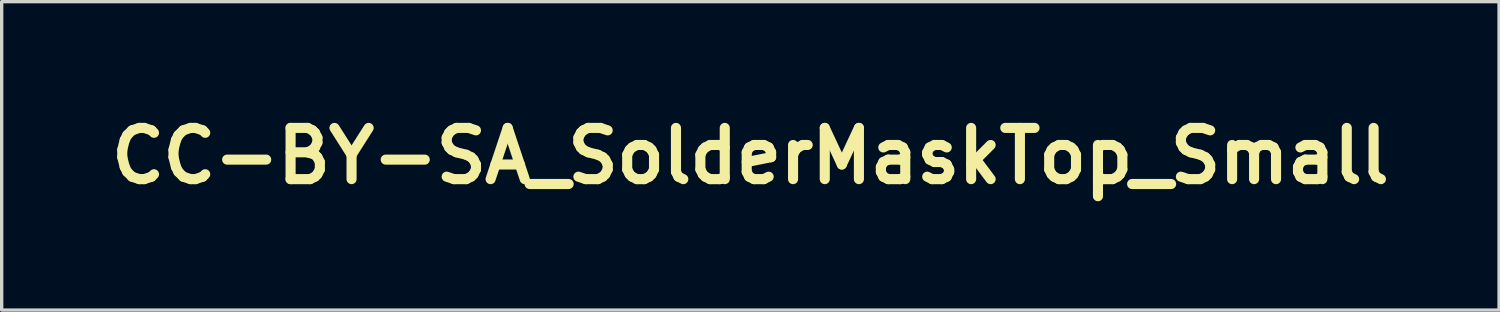
<source format=kicad_pcb>
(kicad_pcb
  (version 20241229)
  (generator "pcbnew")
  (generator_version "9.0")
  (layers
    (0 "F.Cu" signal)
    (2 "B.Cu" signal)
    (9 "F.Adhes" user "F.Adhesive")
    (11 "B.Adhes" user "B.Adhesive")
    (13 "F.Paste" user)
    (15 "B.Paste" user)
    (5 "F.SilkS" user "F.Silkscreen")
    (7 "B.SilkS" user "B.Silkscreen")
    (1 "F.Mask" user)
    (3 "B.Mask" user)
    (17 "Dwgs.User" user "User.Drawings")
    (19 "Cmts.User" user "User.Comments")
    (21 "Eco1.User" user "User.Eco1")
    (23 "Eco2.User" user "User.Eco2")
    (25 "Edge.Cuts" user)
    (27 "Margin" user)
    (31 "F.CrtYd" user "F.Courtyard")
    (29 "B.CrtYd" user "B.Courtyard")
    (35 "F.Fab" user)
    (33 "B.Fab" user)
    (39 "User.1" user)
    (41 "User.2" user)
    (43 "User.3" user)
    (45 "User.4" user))
  (footprint "CC-BY-SA_SolderMaskTop_Small"
    (layer "F.Cu")
    (at 19.275 1.59)
    (property "Reference" "CC-BY-SA_SolderMaskTop_Small" (at 0 0 0) (layer "F.SilkS") (effects (font (size 1.524 1.524) (thickness 0.3))))
    (attr through_hole)
    (fp_poly (pts (xy 0.363 -0.492) (xy 0.382 -0.48) (xy 0.399 -0.463) (xy 0.412 -0.444) (xy 0.413 -0.443) (xy 0.42 -0.429) (xy 0.421 -0.094) (xy 0.422 0.242) (xy 0.242 0.242) (xy 0.242 1.008) (xy -0.245 1.008) (xy -0.245 0.242) (xy -0.425 0.242) (xy -0.424 -0.094) (xy -0.423 -0.429) (xy -0.416 -0.444) (xy -0.404 -0.462) (xy -0.388 -0.478) (xy -0.369 -0.491) (xy -0.366 -0.493) (xy -0.349 -0.501) (xy 0.346 -0.501) (xy 0.363 -0.492)) (stroke (width 0.01) (type solid)) (fill yes) (layer "F.Mask"))
    (fp_poly (pts (xy 0.018 -1.028) (xy 0.051 -1.024) (xy 0.083 -1.017) (xy 0.111 -1.007) (xy 0.132 -0.996) (xy 0.152 -0.981) (xy 0.17 -0.963) (xy 0.184 -0.943) (xy 0.187 -0.939) (xy 0.198 -0.916) (xy 0.207 -0.888) (xy 0.213 -0.857) (xy 0.216 -0.825) (xy 0.216 -0.793) (xy 0.216 -0.789) (xy 0.211 -0.749) (xy 0.202 -0.714) (xy 0.189 -0.683) (xy 0.172 -0.657) (xy 0.15 -0.635) (xy 0.124 -0.618) (xy 0.094 -0.604) (xy 0.059 -0.595) (xy 0.042 -0.592) (xy 0.013 -0.59) (xy -0.019 -0.59) (xy -0.048 -0.592) (xy -0.048 -0.592) (xy -0.085 -0.6) (xy -0.117 -0.612) (xy -0.145 -0.628) (xy -0.168 -0.649) (xy -0.187 -0.674) (xy -0.202 -0.703) (xy -0.212 -0.737) (xy -0.217 -0.764) (xy -0.219 -0.797) (xy -0.219 -0.83) (xy -0.215 -0.863) (xy -0.208 -0.894) (xy -0.199 -0.922) (xy -0.188 -0.942) (xy -0.176 -0.959) (xy -0.16 -0.976) (xy -0.143 -0.99) (xy -0.135 -0.996) (xy -0.11 -1.009) (xy -0.081 -1.018) (xy -0.05 -1.025) (xy -0.016 -1.028) (xy 0.018 -1.028)) (stroke (width 0.01) (type solid)) (fill yes) (layer "F.Mask"))
    (fp_poly (pts (xy -3.723 -0.497) (xy -3.696 -0.495) (xy -3.672 -0.493) (xy -3.656 -0.49) (xy -3.604 -0.479) (xy -3.557 -0.463) (xy -3.513 -0.442) (xy -3.481 -0.423) (xy -3.449 -0.398) (xy -3.417 -0.369) (xy -3.388 -0.337) (xy -3.363 -0.304) (xy -3.354 -0.288) (xy -3.345 -0.273) (xy -3.396 -0.247) (xy -3.417 -0.236) (xy -3.44 -0.224) (xy -3.465 -0.211) (xy -3.488 -0.199) (xy -3.499 -0.193) (xy -3.552 -0.166) (xy -3.564 -0.187) (xy -3.577 -0.207) (xy -3.594 -0.227) (xy -3.613 -0.245) (xy -3.632 -0.26) (xy -3.645 -0.267) (xy -3.664 -0.277) (xy -3.68 -0.283) (xy -3.695 -0.287) (xy -3.711 -0.289) (xy -3.73 -0.29) (xy -3.736 -0.29) (xy -3.773 -0.287) (xy -3.806 -0.279) (xy -3.836 -0.266) (xy -3.862 -0.247) (xy -3.884 -0.224) (xy -3.903 -0.196) (xy -3.918 -0.164) (xy -3.929 -0.126) (xy -3.936 -0.083) (xy -3.938 -0.072) (xy -3.941 -0.021) (xy -3.939 0.027) (xy -3.934 0.072) (xy -3.924 0.114) (xy -3.91 0.152) (xy -3.892 0.186) (xy -3.875 0.208) (xy -3.86 0.223) (xy -3.84 0.238) (xy -3.818 0.25) (xy -3.797 0.259) (xy -3.786 0.263) (xy -3.776 0.265) (xy -3.766 0.267) (xy -3.754 0.268) (xy -3.738 0.268) (xy -3.73 0.268) (xy -3.704 0.267) (xy -3.683 0.265) (xy -3.664 0.261) (xy -3.646 0.255) (xy -3.631 0.248) (xy -3.603 0.231) (xy -3.579 0.208) (xy -3.557 0.181) (xy -3.543 0.157) (xy -3.538 0.147) (xy -3.535 0.14) (xy -3.533 0.137) (xy -3.53 0.138) (xy -3.523 0.142) (xy -3.511 0.147) (xy -3.496 0.154) (xy -3.479 0.163) (xy -3.46 0.172) (xy -3.441 0.182) (xy -3.421 0.192) (xy -3.403 0.201) (xy -3.385 0.21) (xy -3.37 0.218) (xy -3.359 0.224) (xy -3.351 0.228) (xy -3.348 0.23) (xy -3.346 0.232) (xy -3.345 0.235) (xy -3.347 0.24) (xy -3.351 0.247) (xy -3.358 0.258) (xy -3.364 0.267) (xy -3.388 0.301) (xy -3.413 0.331) (xy -3.44 0.358) (xy -3.47 0.382) (xy -3.49 0.397) (xy -3.523 0.417) (xy -3.56 0.435) (xy -3.599 0.451) (xy -3.638 0.463) (xy -3.666 0.47) (xy -3.682 0.472) (xy -3.703 0.474) (xy -3.726 0.475) (xy -3.75 0.476) (xy -3.774 0.476) (xy -3.796 0.476) (xy -3.814 0.475) (xy -3.819 0.475) (xy -3.873 0.466) (xy -3.924 0.451) (xy -3.972 0.432) (xy -4.016 0.408) (xy -4.057 0.38) (xy -4.093 0.347) (xy -4.126 0.31) (xy -4.154 0.269) (xy -4.177 0.224) (xy -4.193 0.183) (xy -4.207 0.132) (xy -4.216 0.079) (xy -4.221 0.024) (xy -4.221 -0.032) (xy -4.217 -0.088) (xy -4.209 -0.141) (xy -4.195 -0.192) (xy -4.193 -0.198) (xy -4.175 -0.244) (xy -4.153 -0.286) (xy -4.126 -0.325) (xy -4.095 -0.362) (xy -4.057 -0.398) (xy -4.015 -0.428) (xy -3.971 -0.453) (xy -3.923 -0.473) (xy -3.872 -0.488) (xy -3.849 -0.492) (xy -3.83 -0.495) (xy -3.807 -0.497) (xy -3.78 -0.497) (xy -3.752 -0.498) (xy -3.723 -0.497)) (stroke (width 0.01) (type solid)) (fill yes) (layer "F.Mask"))
    (fp_poly (pts (xy -2.799 -0.497) (xy -2.77 -0.494) (xy -2.745 -0.491) (xy -2.744 -0.49) (xy -2.691 -0.478) (xy -2.642 -0.462) (xy -2.598 -0.44) (xy -2.557 -0.414) (xy -2.52 -0.383) (xy -2.486 -0.347) (xy -2.457 -0.308) (xy -2.449 -0.296) (xy -2.443 -0.286) (xy -2.44 -0.279) (xy -2.439 -0.277) (xy -2.441 -0.274) (xy -2.447 -0.27) (xy -2.457 -0.264) (xy -2.472 -0.255) (xy -2.492 -0.244) (xy -2.517 -0.231) (xy -2.539 -0.219) (xy -2.64 -0.165) (xy -2.648 -0.18) (xy -2.668 -0.21) (xy -2.69 -0.236) (xy -2.716 -0.257) (xy -2.747 -0.274) (xy -2.772 -0.284) (xy -2.782 -0.287) (xy -2.794 -0.289) (xy -2.808 -0.29) (xy -2.825 -0.29) (xy -2.86 -0.287) (xy -2.891 -0.281) (xy -2.918 -0.27) (xy -2.943 -0.255) (xy -2.961 -0.239) (xy -2.981 -0.216) (xy -2.997 -0.191) (xy -3.01 -0.162) (xy -3.019 -0.13) (xy -3.026 -0.093) (xy -3.029 -0.052) (xy -3.03 -0.014) (xy -3.029 0.033) (xy -3.024 0.074) (xy -3.016 0.112) (xy -3.004 0.145) (xy -2.989 0.175) (xy -2.97 0.202) (xy -2.959 0.214) (xy -2.936 0.234) (xy -2.909 0.25) (xy -2.88 0.261) (xy -2.849 0.268) (xy -2.817 0.27) (xy -2.785 0.267) (xy -2.754 0.26) (xy -2.725 0.249) (xy -2.698 0.233) (xy -2.676 0.214) (xy -2.667 0.204) (xy -2.657 0.192) (xy -2.647 0.179) (xy -2.639 0.166) (xy -2.632 0.154) (xy -2.627 0.145) (xy -2.626 0.14) (xy -2.624 0.137) (xy -2.623 0.136) (xy -2.62 0.138) (xy -2.612 0.141) (xy -2.6 0.147) (xy -2.585 0.155) (xy -2.567 0.163) (xy -2.548 0.172) (xy -2.528 0.182) (xy -2.508 0.192) (xy -2.489 0.202) (xy -2.471 0.211) (xy -2.456 0.218) (xy -2.443 0.225) (xy -2.435 0.229) (xy -2.431 0.231) (xy -2.431 0.231) (xy -2.432 0.234) (xy -2.436 0.242) (xy -2.442 0.252) (xy -2.45 0.264) (xy -2.459 0.276) (xy -2.468 0.289) (xy -2.477 0.3) (xy -2.479 0.303) (xy -2.514 0.342) (xy -2.554 0.377) (xy -2.597 0.407) (xy -2.643 0.432) (xy -2.692 0.452) (xy -2.742 0.467) (xy -2.786 0.474) (xy -2.808 0.476) (xy -2.833 0.477) (xy -2.86 0.477) (xy -2.887 0.476) (xy -2.908 0.474) (xy -2.963 0.466) (xy -3.014 0.452) (xy -3.061 0.433) (xy -3.106 0.408) (xy -3.147 0.378) (xy -3.18 0.349) (xy -3.212 0.312) (xy -3.24 0.273) (xy -3.263 0.23) (xy -3.281 0.183) (xy -3.295 0.132) (xy -3.304 0.081) (xy -3.306 0.06) (xy -3.307 0.035) (xy -3.308 0.008) (xy -3.308 -0.021) (xy -3.307 -0.049) (xy -3.306 -0.075) (xy -3.304 -0.096) (xy -3.304 -0.1) (xy -3.294 -0.155) (xy -3.279 -0.206) (xy -3.258 -0.254) (xy -3.233 -0.299) (xy -3.203 -0.34) (xy -3.169 -0.377) (xy -3.136 -0.404) (xy -3.1 -0.43) (xy -3.063 -0.451) (xy -3.025 -0.468) (xy -2.983 -0.481) (xy -2.945 -0.491) (xy -2.921 -0.494) (xy -2.893 -0.496) (xy -2.863 -0.498) (xy -2.831 -0.498) (xy -2.799 -0.497)) (stroke (width 0.01) (type solid)) (fill yes) (layer "F.Mask"))
    (fp_poly (pts (xy 3.373 -0.826) (xy 3.446 -0.821) (xy 3.516 -0.809) (xy 3.583 -0.793) (xy 3.647 -0.771) (xy 3.707 -0.744) (xy 3.765 -0.712) (xy 3.819 -0.674) (xy 3.869 -0.632) (xy 3.917 -0.584) (xy 3.946 -0.55) (xy 3.988 -0.493) (xy 4.024 -0.433) (xy 4.056 -0.369) (xy 4.082 -0.303) (xy 4.102 -0.233) (xy 4.118 -0.161) (xy 4.128 -0.086) (xy 4.132 -0.008) (xy 4.132 0.056) (xy 4.127 0.132) (xy 4.117 0.205) (xy 4.102 0.275) (xy 4.082 0.341) (xy 4.056 0.405) (xy 4.025 0.466) (xy 3.995 0.515) (xy 3.953 0.573) (xy 3.907 0.627) (xy 3.858 0.675) (xy 3.806 0.718) (xy 3.75 0.756) (xy 3.691 0.788) (xy 3.628 0.815) (xy 3.563 0.837) (xy 3.494 0.854) (xy 3.435 0.864) (xy 3.418 0.865) (xy 3.396 0.867) (xy 3.371 0.868) (xy 3.344 0.869) (xy 3.317 0.87) (xy 3.291 0.87) (xy 3.268 0.87) (xy 3.248 0.869) (xy 3.239 0.868) (xy 3.171 0.859) (xy 3.107 0.844) (xy 3.047 0.824) (xy 2.989 0.799) (xy 2.933 0.768) (xy 2.916 0.757) (xy 2.864 0.72) (xy 2.817 0.678) (xy 2.774 0.633) (xy 2.737 0.584) (xy 2.704 0.531) (xy 2.676 0.474) (xy 2.653 0.414) (xy 2.635 0.349) (xy 2.625 0.299) (xy 2.622 0.286) (xy 2.62 0.274) (xy 2.619 0.266) (xy 2.618 0.264) (xy 2.617 0.257) (xy 3.014 0.257) (xy 3.014 0.272) (xy 3.015 0.286) (xy 3.018 0.304) (xy 3.022 0.324) (xy 3.027 0.345) (xy 3.033 0.364) (xy 3.036 0.372) (xy 3.052 0.407) (xy 3.074 0.438) (xy 3.1 0.465) (xy 3.131 0.488) (xy 3.166 0.508) (xy 3.196 0.52) (xy 3.217 0.526) (xy 3.237 0.532) (xy 3.257 0.536) (xy 3.277 0.538) (xy 3.301 0.54) (xy 3.328 0.541) (xy 3.353 0.541) (xy 3.381 0.541) (xy 3.404 0.54) (xy 3.423 0.538) (xy 3.439 0.536) (xy 3.455 0.532) (xy 3.47 0.527) (xy 3.487 0.519) (xy 3.501 0.513) (xy 3.537 0.492) (xy 3.572 0.465) (xy 3.603 0.434) (xy 3.632 0.397) (xy 3.657 0.357) (xy 3.679 0.312) (xy 3.697 0.263) (xy 3.712 0.211) (xy 3.713 0.207) (xy 3.723 0.151) (xy 3.729 0.091) (xy 3.732 0.028) (xy 3.732 -0.034) (xy 3.727 -0.096) (xy 3.719 -0.156) (xy 3.708 -0.211) (xy 3.693 -0.262) (xy 3.674 -0.309) (xy 3.652 -0.35) (xy 3.626 -0.387) (xy 3.596 -0.419) (xy 3.563 -0.445) (xy 3.527 -0.467) (xy 3.487 -0.483) (xy 3.465 -0.49) (xy 3.432 -0.496) (xy 3.395 -0.5) (xy 3.356 -0.5) (xy 3.316 -0.498) (xy 3.277 -0.493) (xy 3.24 -0.486) (xy 3.212 -0.478) (xy 3.172 -0.461) (xy 3.136 -0.441) (xy 3.105 -0.416) (xy 3.078 -0.387) (xy 3.056 -0.354) (xy 3.039 -0.318) (xy 3.033 -0.303) (xy 3.027 -0.285) (xy 3.022 -0.267) (xy 3.018 -0.249) (xy 3.015 -0.235) (xy 3.014 -0.225) (xy 3.014 -0.217) (xy 3.122 -0.215) (xy 2.817 0.09) (xy 2.663 -0.064) (xy 2.51 -0.217) (xy 2.628 -0.217) (xy 2.632 -0.241) (xy 2.634 -0.253) (xy 2.638 -0.269) (xy 2.642 -0.287) (xy 2.646 -0.306) (xy 2.648 -0.312) (xy 2.667 -0.377) (xy 2.691 -0.438) (xy 2.72 -0.495) (xy 2.754 -0.548) (xy 2.791 -0.598) (xy 2.834 -0.643) (xy 2.88 -0.683) (xy 2.931 -0.719) (xy 2.961 -0.738) (xy 3.013 -0.764) (xy 3.066 -0.786) (xy 3.12 -0.803) (xy 3.177 -0.815) (xy 3.237 -0.823) (xy 3.297 -0.827) (xy 3.373 -0.826)) (stroke (width 0.01) (type solid)) (fill yes) (layer "F.Mask"))
    (fp_poly (pts (xy 0.054 -1.584) (xy 0.094 -1.583) (xy 0.127 -1.581) (xy 0.227 -1.571) (xy 0.325 -1.555) (xy 0.42 -1.533) (xy 0.512 -1.506) (xy 0.601 -1.474) (xy 0.688 -1.436) (xy 0.772 -1.392) (xy 0.853 -1.343) (xy 0.932 -1.288) (xy 1.009 -1.227) (xy 1.036 -1.204) (xy 1.057 -1.185) (xy 1.08 -1.162) (xy 1.106 -1.137) (xy 1.131 -1.111) (xy 1.157 -1.085) (xy 1.18 -1.06) (xy 1.201 -1.037) (xy 1.215 -1.02) (xy 1.276 -0.943) (xy 1.331 -0.863) (xy 1.38 -0.782) (xy 1.424 -0.698) (xy 1.462 -0.612) (xy 1.494 -0.523) (xy 1.521 -0.431) (xy 1.543 -0.337) (xy 1.558 -0.24) (xy 1.569 -0.14) (xy 1.569 -0.14) (xy 1.57 -0.12) (xy 1.571 -0.095) (xy 1.572 -0.067) (xy 1.572 -0.036) (xy 1.572 -0.005) (xy 1.572 0.027) (xy 1.571 0.057) (xy 1.571 0.084) (xy 1.57 0.107) (xy 1.569 0.12) (xy 1.558 0.22) (xy 1.543 0.317) (xy 1.522 0.411) (xy 1.495 0.502) (xy 1.463 0.59) (xy 1.426 0.675) (xy 1.383 0.758) (xy 1.334 0.837) (xy 1.28 0.914) (xy 1.221 0.989) (xy 1.156 1.061) (xy 1.135 1.082) (xy 1.06 1.153) (xy 0.982 1.219) (xy 0.902 1.279) (xy 0.821 1.334) (xy 0.737 1.382) (xy 0.651 1.425) (xy 0.579 1.456) (xy 0.494 1.486) (xy 0.408 1.512) (xy 0.322 1.532) (xy 0.234 1.547) (xy 0.144 1.557) (xy 0.051 1.563) (xy -0.045 1.563) (xy -0.067 1.562) (xy -0.164 1.556) (xy -0.26 1.544) (xy -0.354 1.526) (xy -0.446 1.503) (xy -0.536 1.473) (xy -0.624 1.437) (xy -0.71 1.396) (xy -0.794 1.349) (xy -0.876 1.296) (xy -0.955 1.238) (xy -1.032 1.174) (xy -1.107 1.104) (xy -1.109 1.102) (xy -1.179 1.029) (xy -1.243 0.953) (xy -1.302 0.875) (xy -1.355 0.794) (xy -1.403 0.712) (xy -1.444 0.626) (xy -1.48 0.539) (xy -1.511 0.449) (xy -1.535 0.356) (xy -1.554 0.261) (xy -1.567 0.169) (xy -1.571 0.123) (xy -1.574 0.072) (xy -1.575 0.018) (xy -1.575 0.009) (xy -1.295 0.009) (xy -1.291 0.094) (xy -1.282 0.178) (xy -1.267 0.262) (xy -1.247 0.343) (xy -1.221 0.423) (xy -1.19 0.5) (xy -1.186 0.509) (xy -1.149 0.583) (xy -1.107 0.655) (xy -1.059 0.725) (xy -1.007 0.793) (xy -0.95 0.858) (xy -0.889 0.919) (xy -0.826 0.977) (xy -0.759 1.03) (xy -0.689 1.079) (xy -0.618 1.123) (xy -0.545 1.161) (xy -0.53 1.168) (xy -0.451 1.2) (xy -0.369 1.228) (xy -0.284 1.25) (xy -0.198 1.266) (xy -0.109 1.276) (xy -0.09 1.277) (xy -0.068 1.278) (xy -0.041 1.279) (xy -0.012 1.279) (xy 0.02 1.279) (xy 0.052 1.278) (xy 0.083 1.277) (xy 0.111 1.275) (xy 0.135 1.273) (xy 0.143 1.273) (xy 0.23 1.26) (xy 0.316 1.243) (xy 0.398 1.219) (xy 0.479 1.19) (xy 0.557 1.155) (xy 0.634 1.114) (xy 0.708 1.068) (xy 0.781 1.015) (xy 0.817 0.987) (xy 0.887 0.926) (xy 0.951 0.864) (xy 1.009 0.799) (xy 1.062 0.732) (xy 1.109 0.662) (xy 1.151 0.59) (xy 1.187 0.516) (xy 1.218 0.439) (xy 1.222 0.426) (xy 1.245 0.352) (xy 1.264 0.273) (xy 1.278 0.193) (xy 1.287 0.11) (xy 1.291 0.027) (xy 1.291 -0.057) (xy 1.286 -0.14) (xy 1.276 -0.222) (xy 1.262 -0.302) (xy 1.253 -0.341) (xy 1.229 -0.424) (xy 1.199 -0.504) (xy 1.165 -0.582) (xy 1.124 -0.657) (xy 1.078 -0.73) (xy 1.027 -0.8) (xy 0.969 -0.868) (xy 0.907 -0.934) (xy 0.843 -0.993) (xy 0.779 -1.047) (xy 0.712 -1.095) (xy 0.644 -1.137) (xy 0.573 -1.176) (xy 0.499 -1.209) (xy 0.454 -1.227) (xy 0.382 -1.251) (xy 0.306 -1.271) (xy 0.227 -1.286) (xy 0.147 -1.297) (xy 0.064 -1.303) (xy -0.019 -1.304) (xy -0.101 -1.301) (xy -0.183 -1.292) (xy -0.251 -1.282) (xy -0.336 -1.263) (xy -0.419 -1.239) (xy -0.499 -1.209) (xy -0.576 -1.173) (xy -0.651 -1.131) (xy -0.724 -1.084) (xy -0.739 -1.074) (xy -0.804 -1.023) (xy -0.868 -0.967) (xy -0.928 -0.908) (xy -0.985 -0.844) (xy -1.038 -0.777) (xy -1.087 -0.708) (xy -1.131 -0.637) (xy -1.17 -0.565) (xy -1.203 -0.492) (xy -1.204 -0.488) (xy -1.233 -0.409) (xy -1.256 -0.328) (xy -1.274 -0.245) (xy -1.287 -0.161) (xy -1.294 -0.076) (xy -1.295 0.009) (xy -1.575 0.009) (xy -1.575 -0.037) (xy -1.574 -0.092) (xy -1.571 -0.146) (xy -1.566 -0.197) (xy -1.561 -0.242) (xy -1.544 -0.339) (xy -1.521 -0.433) (xy -1.493 -0.525) (xy -1.459 -0.615) (xy -1.42 -0.702) (xy -1.374 -0.787) (xy -1.323 -0.87) (xy -1.266 -0.951) (xy -1.204 -1.03) (xy -1.193 -1.042) (xy -1.125 -1.116) (xy -1.054 -1.185) (xy -0.98 -1.249) (xy -0.903 -1.307) (xy -0.823 -1.36) (xy -0.741 -1.408) (xy -0.656 -1.45) (xy -0.568 -1.487) (xy -0.478 -1.517) (xy -0.386 -1.543) (xy -0.292 -1.562) (xy -0.202 -1.575) (xy -0.165 -1.578) (xy -0.123 -1.581) (xy -0.079 -1.583) (xy -0.034 -1.584) (xy 0.011 -1.585) (xy 0.054 -1.584)) (stroke (width 0.01) (type solid)) (fill yes) (layer "F.Mask"))
    (fp_poly (pts (xy -3.272 -1.584) (xy -3.243 -1.583) (xy -3.218 -1.582) (xy -3.205 -1.582) (xy -3.105 -1.572) (xy -3.008 -1.556) (xy -2.914 -1.535) (xy -2.822 -1.509) (xy -2.733 -1.477) (xy -2.646 -1.439) (xy -2.562 -1.395) (xy -2.48 -1.346) (xy -2.462 -1.335) (xy -2.419 -1.305) (xy -2.379 -1.276) (xy -2.341 -1.247) (xy -2.304 -1.216) (xy -2.266 -1.182) (xy -2.227 -1.145) (xy -2.206 -1.124) (xy -2.17 -1.087) (xy -2.138 -1.053) (xy -2.109 -1.021) (xy -2.082 -0.988) (xy -2.057 -0.954) (xy -2.036 -0.926) (xy -1.982 -0.845) (xy -1.934 -0.762) (xy -1.891 -0.675) (xy -1.854 -0.586) (xy -1.823 -0.495) (xy -1.797 -0.4) (xy -1.776 -0.304) (xy -1.762 -0.205) (xy -1.755 -0.136) (xy -1.754 -0.116) (xy -1.753 -0.091) (xy -1.752 -0.063) (xy -1.752 -0.032) (xy -1.752 -0.001) (xy -1.752 0.03) (xy -1.753 0.059) (xy -1.753 0.086) (xy -1.754 0.108) (xy -1.755 0.116) (xy -1.766 0.217) (xy -1.782 0.316) (xy -1.804 0.411) (xy -1.831 0.504) (xy -1.864 0.594) (xy -1.903 0.681) (xy -1.947 0.766) (xy -1.971 0.807) (xy -2.015 0.876) (xy -2.066 0.943) (xy -2.121 1.01) (xy -2.181 1.074) (xy -2.245 1.136) (xy -2.312 1.195) (xy -2.379 1.247) (xy -2.457 1.302) (xy -2.539 1.352) (xy -2.625 1.398) (xy -2.713 1.438) (xy -2.803 1.473) (xy -2.895 1.503) (xy -2.982 1.525) (xy -3.072 1.543) (xy -3.164 1.555) (xy -3.257 1.562) (xy -3.353 1.563) (xy -3.389 1.562) (xy -3.485 1.556) (xy -3.579 1.544) (xy -3.672 1.526) (xy -3.764 1.502) (xy -3.855 1.472) (xy -3.945 1.435) (xy -4.011 1.405) (xy -4.097 1.359) (xy -4.179 1.309) (xy -4.259 1.253) (xy -4.334 1.193) (xy -4.406 1.129) (xy -4.474 1.061) (xy -4.538 0.989) (xy -4.597 0.913) (xy -4.651 0.835) (xy -4.701 0.753) (xy -4.745 0.669) (xy -4.785 0.582) (xy -4.818 0.493) (xy -4.844 0.407) (xy -4.862 0.336) (xy -4.876 0.267) (xy -4.887 0.197) (xy -4.894 0.126) (xy -4.898 0.053) (xy -4.899 -0.012) (xy -4.898 -0.054) (xy -4.618 -0.054) (xy -4.618 0.033) (xy -4.612 0.121) (xy -4.609 0.15) (xy -4.595 0.235) (xy -4.575 0.319) (xy -4.549 0.402) (xy -4.517 0.483) (xy -4.48 0.561) (xy -4.438 0.638) (xy -4.39 0.711) (xy -4.337 0.782) (xy -4.28 0.849) (xy -4.269 0.861) (xy -4.209 0.921) (xy -4.148 0.976) (xy -4.086 1.026) (xy -4.02 1.071) (xy -3.951 1.112) (xy -3.878 1.15) (xy -3.878 1.15) (xy -3.797 1.186) (xy -3.716 1.216) (xy -3.634 1.24) (xy -3.55 1.257) (xy -3.465 1.27) (xy -3.377 1.276) (xy -3.332 1.277) (xy -3.31 1.277) (xy -3.286 1.277) (xy -3.263 1.276) (xy -3.242 1.275) (xy -3.234 1.274) (xy -3.145 1.265) (xy -3.057 1.249) (xy -2.97 1.227) (xy -2.886 1.2) (xy -2.804 1.167) (xy -2.724 1.129) (xy -2.647 1.086) (xy -2.573 1.037) (xy -2.501 0.984) (xy -2.434 0.926) (xy -2.37 0.863) (xy -2.31 0.795) (xy -2.259 0.731) (xy -2.215 0.666) (xy -2.176 0.598) (xy -2.141 0.525) (xy -2.11 0.45) (xy -2.084 0.372) (xy -2.064 0.293) (xy -2.062 0.285) (xy -2.049 0.214) (xy -2.04 0.139) (xy -2.034 0.063) (xy -2.032 -0.014) (xy -2.034 -0.09) (xy -2.04 -0.164) (xy -2.05 -0.235) (xy -2.051 -0.242) (xy -2.07 -0.33) (xy -2.094 -0.416) (xy -2.124 -0.499) (xy -2.16 -0.579) (xy -2.201 -0.657) (xy -2.247 -0.731) (xy -2.299 -0.802) (xy -2.356 -0.871) (xy -2.418 -0.936) (xy -2.486 -0.998) (xy -2.516 -1.023) (xy -2.587 -1.077) (xy -2.661 -1.125) (xy -2.736 -1.168) (xy -2.814 -1.204) (xy -2.895 -1.235) (xy -2.977 -1.26) (xy -3.062 -1.28) (xy -3.099 -1.286) (xy -3.18 -1.297) (xy -3.264 -1.303) (xy -3.348 -1.304) (xy -3.433 -1.3) (xy -3.515 -1.292) (xy -3.557 -1.285) (xy -3.643 -1.268) (xy -3.726 -1.244) (xy -3.807 -1.216) (xy -3.885 -1.181) (xy -3.96 -1.141) (xy -4.033 -1.095) (xy -4.103 -1.044) (xy -4.111 -1.037) (xy -4.164 -0.992) (xy -4.217 -0.943) (xy -4.268 -0.89) (xy -4.316 -0.835) (xy -4.354 -0.788) (xy -4.406 -0.713) (xy -4.453 -0.637) (xy -4.494 -0.558) (xy -4.529 -0.478) (xy -4.559 -0.395) (xy -4.583 -0.312) (xy -4.601 -0.227) (xy -4.613 -0.141) (xy -4.618 -0.054) (xy -4.898 -0.054) (xy -4.897 -0.096) (xy -4.891 -0.177) (xy -4.882 -0.255) (xy -4.867 -0.331) (xy -4.849 -0.408) (xy -4.825 -0.487) (xy -4.818 -0.508) (xy -4.787 -0.595) (xy -4.751 -0.678) (xy -4.71 -0.759) (xy -4.664 -0.837) (xy -4.613 -0.914) (xy -4.556 -0.989) (xy -4.518 -1.036) (xy -4.501 -1.056) (xy -4.479 -1.079) (xy -4.455 -1.104) (xy -4.429 -1.13) (xy -4.402 -1.157) (xy -4.376 -1.182) (xy -4.351 -1.205) (xy -4.328 -1.225) (xy -4.316 -1.236) (xy -4.24 -1.295) (xy -4.162 -1.349) (xy -4.084 -1.397) (xy -4.003 -1.439) (xy -3.92 -1.476) (xy -3.834 -1.507) (xy -3.746 -1.534) (xy -3.654 -1.555) (xy -3.559 -1.571) (xy -3.51 -1.577) (xy -3.49 -1.579) (xy -3.465 -1.58) (xy -3.436 -1.582) (xy -3.404 -1.583) (xy -3.371 -1.583) (xy -3.337 -1.584) (xy -3.304 -1.584) (xy -3.272 -1.584)) (stroke (width 0.01) (type solid)) (fill yes) (layer "F.Mask"))
    (fp_poly (pts (xy 3.385 -1.574) (xy 3.414 -1.574) (xy 3.439 -1.573) (xy 3.452 -1.572) (xy 3.552 -1.562) (xy 3.65 -1.547) (xy 3.744 -1.525) (xy 3.836 -1.499) (xy 3.925 -1.467) (xy 4.012 -1.429) (xy 4.096 -1.386) (xy 4.177 -1.337) (xy 4.257 -1.282) (xy 4.334 -1.222) (xy 4.336 -1.22) (xy 4.406 -1.158) (xy 4.472 -1.093) (xy 4.535 -1.025) (xy 4.593 -0.954) (xy 4.645 -0.882) (xy 4.656 -0.867) (xy 4.706 -0.786) (xy 4.751 -0.703) (xy 4.79 -0.617) (xy 4.824 -0.529) (xy 4.852 -0.439) (xy 4.874 -0.346) (xy 4.891 -0.25) (xy 4.903 -0.151) (xy 4.905 -0.122) (xy 4.906 -0.101) (xy 4.907 -0.075) (xy 4.908 -0.046) (xy 4.908 -0.014) (xy 4.908 0.019) (xy 4.907 0.053) (xy 4.906 0.086) (xy 4.905 0.117) (xy 4.904 0.145) (xy 4.902 0.169) (xy 4.901 0.188) (xy 4.887 0.287) (xy 4.868 0.384) (xy 4.843 0.477) (xy 4.814 0.567) (xy 4.779 0.654) (xy 4.738 0.738) (xy 4.693 0.819) (xy 4.641 0.897) (xy 4.584 0.973) (xy 4.522 1.046) (xy 4.462 1.109) (xy 4.387 1.18) (xy 4.31 1.245) (xy 4.23 1.304) (xy 4.148 1.358) (xy 4.064 1.406) (xy 3.977 1.448) (xy 3.887 1.484) (xy 3.795 1.515) (xy 3.701 1.54) (xy 3.604 1.56) (xy 3.507 1.574) (xy 3.488 1.575) (xy 3.464 1.577) (xy 3.436 1.578) (xy 3.406 1.579) (xy 3.373 1.58) (xy 3.339 1.58) (xy 3.306 1.58) (xy 3.274 1.58) (xy 3.244 1.58) (xy 3.217 1.579) (xy 3.195 1.578) (xy 3.183 1.577) (xy 3.086 1.565) (xy 2.992 1.548) (xy 2.901 1.526) (xy 2.813 1.498) (xy 2.728 1.465) (xy 2.644 1.427) (xy 2.564 1.384) (xy 2.485 1.336) (xy 2.407 1.282) (xy 2.333 1.223) (xy 2.261 1.159) (xy 2.192 1.092) (xy 2.128 1.021) (xy 2.067 0.948) (xy 2.012 0.872) (xy 1.962 0.794) (xy 1.936 0.748) (xy 1.895 0.669) (xy 1.86 0.59) (xy 1.831 0.509) (xy 1.805 0.426) (xy 1.785 0.34) (xy 1.769 0.25) (xy 1.761 0.193) (xy 1.759 0.17) (xy 1.757 0.143) (xy 1.755 0.111) (xy 1.754 0.077) (xy 1.753 0.042) (xy 1.752 0.021) (xy 2.034 0.021) (xy 2.034 0.052) (xy 2.035 0.081) (xy 2.036 0.106) (xy 2.037 0.116) (xy 2.047 0.205) (xy 2.063 0.29) (xy 2.085 0.373) (xy 2.112 0.453) (xy 2.144 0.531) (xy 2.183 0.607) (xy 2.227 0.681) (xy 2.276 0.752) (xy 2.332 0.822) (xy 2.394 0.89) (xy 2.412 0.909) (xy 2.451 0.947) (xy 2.489 0.981) (xy 2.526 1.013) (xy 2.564 1.042) (xy 2.569 1.046) (xy 2.642 1.097) (xy 2.717 1.143) (xy 2.794 1.182) (xy 2.874 1.216) (xy 2.955 1.244) (xy 3.039 1.266) (xy 3.125 1.282) (xy 3.212 1.293) (xy 3.303 1.297) (xy 3.395 1.296) (xy 3.449 1.293) (xy 3.536 1.283) (xy 3.621 1.267) (xy 3.705 1.245) (xy 3.787 1.217) (xy 3.867 1.183) (xy 3.945 1.144) (xy 4.02 1.099) (xy 4.042 1.085) (xy 4.085 1.055) (xy 4.126 1.024) (xy 4.165 0.992) (xy 4.204 0.958) (xy 4.244 0.92) (xy 4.273 0.891) (xy 4.319 0.842) (xy 4.361 0.793) (xy 4.399 0.745) (xy 4.432 0.697) (xy 4.463 0.646) (xy 4.492 0.592) (xy 4.508 0.561) (xy 4.534 0.502) (xy 4.557 0.442) (xy 4.576 0.382) (xy 4.592 0.319) (xy 4.606 0.253) (xy 4.617 0.182) (xy 4.619 0.166) (xy 4.621 0.147) (xy 4.622 0.123) (xy 4.623 0.095) (xy 4.624 0.064) (xy 4.625 0.031) (xy 4.625 -0.003) (xy 4.625 -0.036) (xy 4.624 -0.068) (xy 4.623 -0.098) (xy 4.622 -0.124) (xy 4.62 -0.146) (xy 4.619 -0.158) (xy 4.609 -0.225) (xy 4.597 -0.287) (xy 4.583 -0.346) (xy 4.567 -0.403) (xy 4.547 -0.46) (xy 4.539 -0.482) (xy 4.531 -0.502) (xy 4.52 -0.525) (xy 4.508 -0.551) (xy 4.495 -0.578) (xy 4.481 -0.605) (xy 4.467 -0.63) (xy 4.455 -0.653) (xy 4.444 -0.67) (xy 4.414 -0.717) (xy 4.382 -0.76) (xy 4.349 -0.802) (xy 4.313 -0.844) (xy 4.272 -0.888) (xy 4.26 -0.9) (xy 4.211 -0.949) (xy 4.163 -0.993) (xy 4.116 -1.032) (xy 4.068 -1.068) (xy 4.019 -1.101) (xy 3.967 -1.132) (xy 3.913 -1.161) (xy 3.902 -1.166) (xy 3.843 -1.194) (xy 3.784 -1.217) (xy 3.726 -1.237) (xy 3.665 -1.254) (xy 3.602 -1.269) (xy 3.535 -1.28) (xy 3.507 -1.284) (xy 3.493 -1.286) (xy 3.48 -1.288) (xy 3.468 -1.289) (xy 3.454 -1.29) (xy 3.439 -1.29) (xy 3.422 -1.291) (xy 3.402 -1.291) (xy 3.377 -1.291) (xy 3.348 -1.291) (xy 3.333 -1.291) (xy 3.301 -1.291) (xy 3.275 -1.291) (xy 3.253 -1.291) (xy 3.234 -1.291) (xy 3.218 -1.29) (xy 3.204 -1.289) (xy 3.192 -1.288) (xy 3.179 -1.287) (xy 3.165 -1.285) (xy 3.158 -1.284) (xy 3.07 -1.27) (xy 2.985 -1.25) (xy 2.904 -1.225) (xy 2.826 -1.196) (xy 2.751 -1.161) (xy 2.678 -1.12) (xy 2.608 -1.074) (xy 2.54 -1.022) (xy 2.473 -0.964) (xy 2.428 -0.921) (xy 2.363 -0.852) (xy 2.303 -0.781) (xy 2.25 -0.708) (xy 2.202 -0.633) (xy 2.161 -0.556) (xy 2.125 -0.476) (xy 2.095 -0.395) (xy 2.071 -0.312) (xy 2.053 -0.227) (xy 2.04 -0.14) (xy 2.039 -0.124) (xy 2.037 -0.102) (xy 2.035 -0.074) (xy 2.035 -0.044) (xy 2.034 -0.012) (xy 2.034 0.021) (xy 1.752 0.021) (xy 1.752 0.007) (xy 1.752 -0.028) (xy 1.752 -0.061) (xy 1.753 -0.09) (xy 1.754 -0.114) (xy 1.755 -0.118) (xy 1.765 -0.217) (xy 1.781 -0.313) (xy 1.802 -0.407) (xy 1.83 -0.499) (xy 1.862 -0.588) (xy 1.901 -0.674) (xy 1.945 -0.759) (xy 1.995 -0.842) (xy 2.03 -0.893) (xy 2.09 -0.974) (xy 2.155 -1.051) (xy 2.224 -1.124) (xy 2.297 -1.192) (xy 2.374 -1.256) (xy 2.454 -1.314) (xy 2.48 -1.331) (xy 2.559 -1.38) (xy 2.64 -1.423) (xy 2.723 -1.461) (xy 2.808 -1.493) (xy 2.895 -1.52) (xy 2.986 -1.542) (xy 3.08 -1.559) (xy 3.147 -1.568) (xy 3.167 -1.569) (xy 3.192 -1.571) (xy 3.221 -1.572) (xy 3.253 -1.573) (xy 3.286 -1.574) (xy 3.32 -1.575) (xy 3.354 -1.575) (xy 3.385 -1.574)) (stroke (width 0.01) (type solid)) (fill yes) (layer "F.Mask")))
  (gr_rect
    (start -3 -3)
    (end 41.55 6.175)
    (stroke (width 0.1) (type default))
    (fill no)
    (layer "Edge.Cuts")))
</source>
